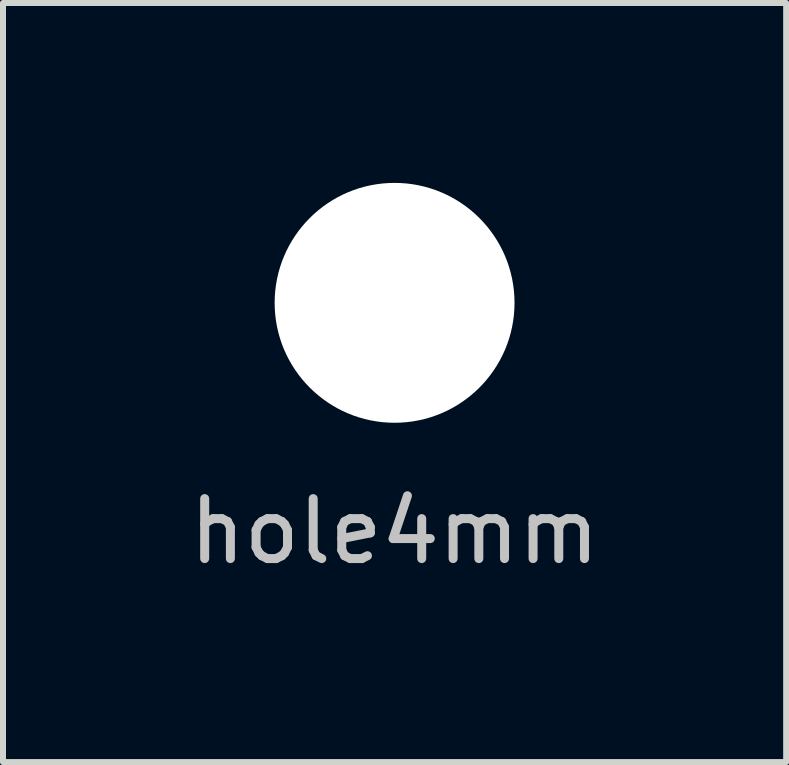
<source format=kicad_pcb>
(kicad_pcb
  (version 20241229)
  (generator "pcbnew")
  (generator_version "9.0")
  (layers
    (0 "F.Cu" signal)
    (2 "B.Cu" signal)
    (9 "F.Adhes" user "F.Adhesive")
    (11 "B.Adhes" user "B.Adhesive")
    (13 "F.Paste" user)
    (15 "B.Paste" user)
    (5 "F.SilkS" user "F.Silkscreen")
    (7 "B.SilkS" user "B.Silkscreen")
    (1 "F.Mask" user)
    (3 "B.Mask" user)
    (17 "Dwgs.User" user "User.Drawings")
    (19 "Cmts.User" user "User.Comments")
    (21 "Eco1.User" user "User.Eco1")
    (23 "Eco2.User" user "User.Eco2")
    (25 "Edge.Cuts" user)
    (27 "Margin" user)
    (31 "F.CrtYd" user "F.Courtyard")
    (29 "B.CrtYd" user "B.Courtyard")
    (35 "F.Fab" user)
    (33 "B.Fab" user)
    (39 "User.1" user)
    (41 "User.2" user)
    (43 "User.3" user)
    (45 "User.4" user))
  (footprint "hole4mm"
    (layer "F.Cu")
    (at 3.53 2)
    (property "Reference" "hole4mm" (at 0 3.81 0) (layer "Dwgs.User") (effects (font (size 1 1) (thickness 0.15))))
    (attr through_hole)
    (pad "" np_thru_hole circle (at 0 0) (size 4 4) (drill 4) (layers "*.Cu" "*.Mask")))
  (gr_rect
    (start -3 -3)
    (end 10.06 9.658)
    (stroke (width 0.1) (type default))
    (fill no)
    (layer "Edge.Cuts")))
</source>
